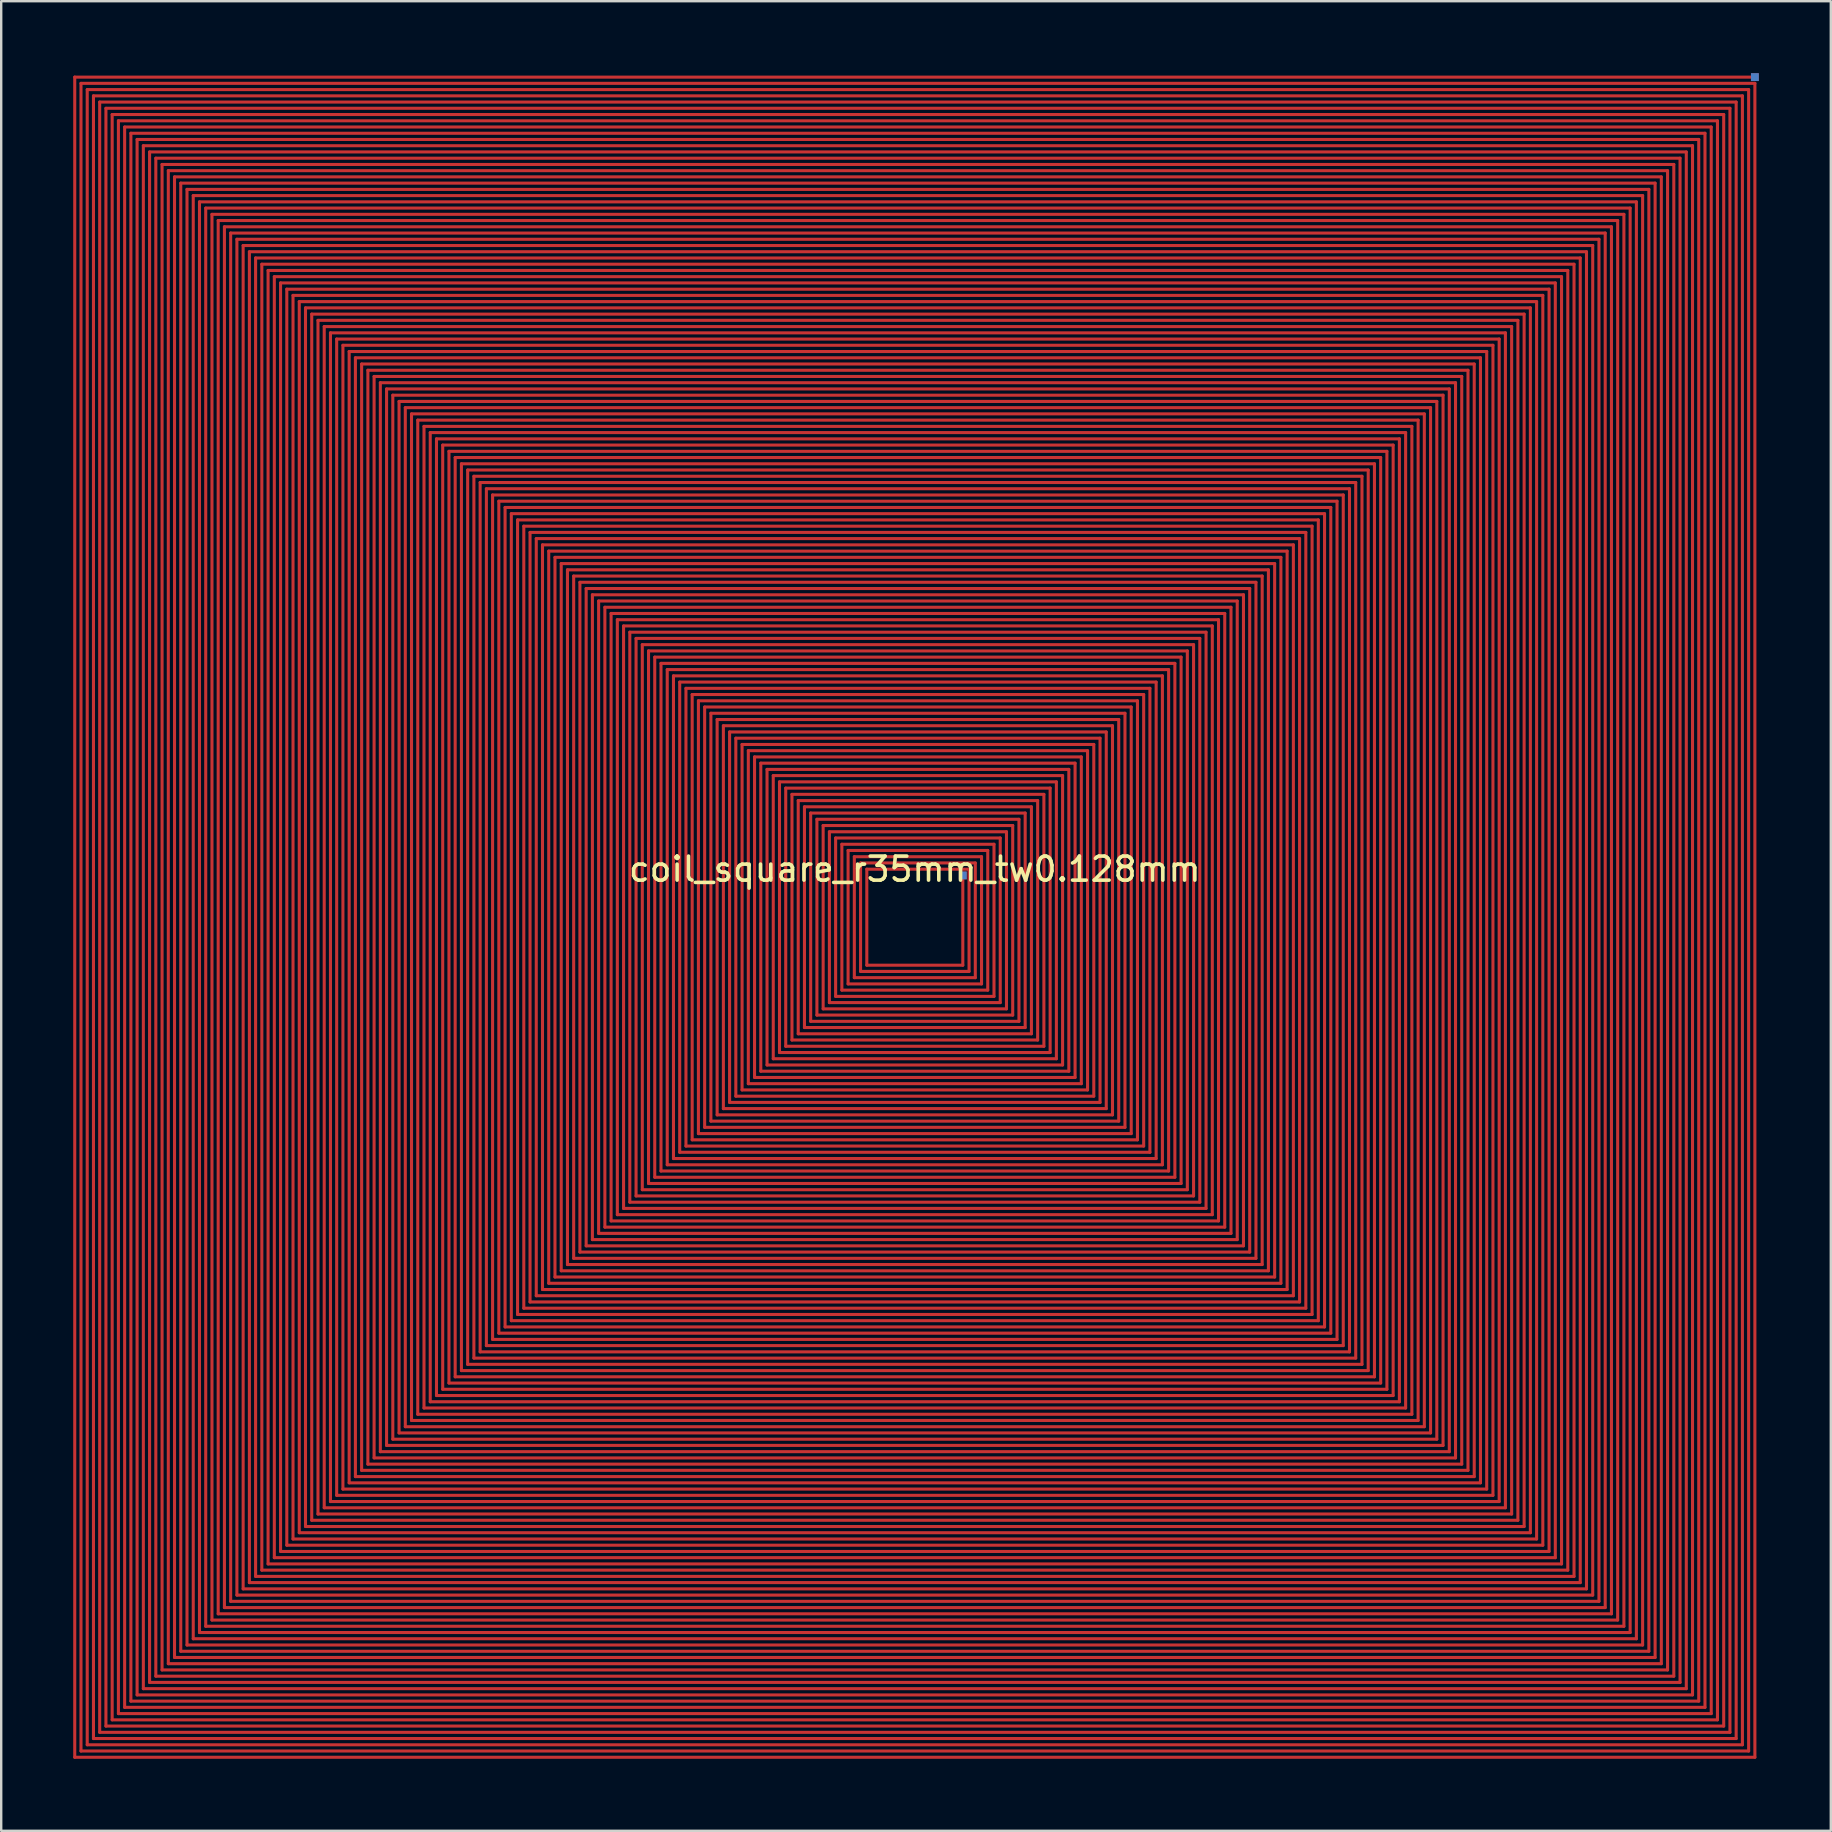
<source format=kicad_pcb>
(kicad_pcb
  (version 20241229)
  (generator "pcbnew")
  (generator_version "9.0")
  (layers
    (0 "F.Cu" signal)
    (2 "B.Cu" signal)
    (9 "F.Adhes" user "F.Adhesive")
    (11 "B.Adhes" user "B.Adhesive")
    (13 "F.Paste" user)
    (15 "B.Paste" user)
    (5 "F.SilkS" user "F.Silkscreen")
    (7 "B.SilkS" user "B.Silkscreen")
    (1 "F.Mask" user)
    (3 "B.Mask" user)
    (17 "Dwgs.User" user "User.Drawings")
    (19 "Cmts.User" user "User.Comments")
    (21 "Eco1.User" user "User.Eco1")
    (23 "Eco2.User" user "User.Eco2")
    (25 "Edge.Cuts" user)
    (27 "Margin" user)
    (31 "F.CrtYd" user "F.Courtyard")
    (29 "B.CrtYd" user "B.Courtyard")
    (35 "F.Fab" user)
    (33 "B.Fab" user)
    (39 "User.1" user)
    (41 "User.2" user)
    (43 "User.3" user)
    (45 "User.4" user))
  (footprint "coil_square_r35mm_tw0.128mm"
    (layer "F.Cu")
    (at 35.064 35.163)
    (property "Reference" "coil_square_r35mm_tw0.128mm" (at 0 -2 0) (layer "F.SilkS") (effects (font (size 1 1) (thickness 0.15))))
    (attr through_hole)
    (fp_line (start -35 -35) (end -35 35) (stroke (width 0.128) (type solid)) (layer "F.Cu"))
    (fp_line (start -35 35) (end 35 35) (stroke (width 0.128) (type solid)) (layer "F.Cu"))
    (fp_line (start -34.74 -34.74) (end -34.74 34.74) (stroke (width 0.128) (type solid)) (layer "F.Cu"))
    (fp_line (start -34.74 34.74) (end 34.74 34.74) (stroke (width 0.128) (type solid)) (layer "F.Cu"))
    (fp_line (start -34.48 -34.48) (end -34.48 34.48) (stroke (width 0.128) (type solid)) (layer "F.Cu"))
    (fp_line (start -34.48 34.48) (end 34.48 34.48) (stroke (width 0.128) (type solid)) (layer "F.Cu"))
    (fp_line (start -34.22 -34.22) (end -34.22 34.22) (stroke (width 0.128) (type solid)) (layer "F.Cu"))
    (fp_line (start -34.22 34.22) (end 34.22 34.22) (stroke (width 0.128) (type solid)) (layer "F.Cu"))
    (fp_line (start -33.961 -33.961) (end -33.961 33.961) (stroke (width 0.128) (type solid)) (layer "F.Cu"))
    (fp_line (start -33.961 33.961) (end 33.961 33.961) (stroke (width 0.128) (type solid)) (layer "F.Cu"))
    (fp_line (start -33.701 -33.701) (end -33.701 33.701) (stroke (width 0.128) (type solid)) (layer "F.Cu"))
    (fp_line (start -33.701 33.701) (end 33.701 33.701) (stroke (width 0.128) (type solid)) (layer "F.Cu"))
    (fp_line (start -33.441 -33.441) (end -33.441 33.441) (stroke (width 0.128) (type solid)) (layer "F.Cu"))
    (fp_line (start -33.441 33.441) (end 33.441 33.441) (stroke (width 0.128) (type solid)) (layer "F.Cu"))
    (fp_line (start -33.181 -33.181) (end -33.181 33.181) (stroke (width 0.128) (type solid)) (layer "F.Cu"))
    (fp_line (start -33.181 33.181) (end 33.181 33.181) (stroke (width 0.128) (type solid)) (layer "F.Cu"))
    (fp_line (start -32.921 -32.921) (end -32.921 32.921) (stroke (width 0.128) (type solid)) (layer "F.Cu"))
    (fp_line (start -32.921 32.921) (end 32.921 32.921) (stroke (width 0.128) (type solid)) (layer "F.Cu"))
    (fp_line (start -32.661 -32.661) (end -32.661 32.661) (stroke (width 0.128) (type solid)) (layer "F.Cu"))
    (fp_line (start -32.661 32.661) (end 32.661 32.661) (stroke (width 0.128) (type solid)) (layer "F.Cu"))
    (fp_line (start -32.402 -32.402) (end -32.402 32.402) (stroke (width 0.128) (type solid)) (layer "F.Cu"))
    (fp_line (start -32.402 32.402) (end 32.402 32.402) (stroke (width 0.128) (type solid)) (layer "F.Cu"))
    (fp_line (start -32.142 -32.142) (end -32.142 32.142) (stroke (width 0.128) (type solid)) (layer "F.Cu"))
    (fp_line (start -32.142 32.142) (end 32.142 32.142) (stroke (width 0.128) (type solid)) (layer "F.Cu"))
    (fp_line (start -31.882 -31.882) (end -31.882 31.882) (stroke (width 0.128) (type solid)) (layer "F.Cu"))
    (fp_line (start -31.882 31.882) (end 31.882 31.882) (stroke (width 0.128) (type solid)) (layer "F.Cu"))
    (fp_line (start -31.622 -31.622) (end -31.622 31.622) (stroke (width 0.128) (type solid)) (layer "F.Cu"))
    (fp_line (start -31.622 31.622) (end 31.622 31.622) (stroke (width 0.128) (type solid)) (layer "F.Cu"))
    (fp_line (start -31.362 -31.362) (end -31.362 31.362) (stroke (width 0.128) (type solid)) (layer "F.Cu"))
    (fp_line (start -31.362 31.362) (end 31.362 31.362) (stroke (width 0.128) (type solid)) (layer "F.Cu"))
    (fp_line (start -31.102 -31.102) (end -31.102 31.102) (stroke (width 0.128) (type solid)) (layer "F.Cu"))
    (fp_line (start -31.102 31.102) (end 31.102 31.102) (stroke (width 0.128) (type solid)) (layer "F.Cu"))
    (fp_line (start -30.843 -30.843) (end -30.843 30.843) (stroke (width 0.128) (type solid)) (layer "F.Cu"))
    (fp_line (start -30.843 30.843) (end 30.843 30.843) (stroke (width 0.128) (type solid)) (layer "F.Cu"))
    (fp_line (start -30.583 -30.583) (end -30.583 30.583) (stroke (width 0.128) (type solid)) (layer "F.Cu"))
    (fp_line (start -30.583 30.583) (end 30.583 30.583) (stroke (width 0.128) (type solid)) (layer "F.Cu"))
    (fp_line (start -30.323 -30.323) (end -30.323 30.323) (stroke (width 0.128) (type solid)) (layer "F.Cu"))
    (fp_line (start -30.323 30.323) (end 30.323 30.323) (stroke (width 0.128) (type solid)) (layer "F.Cu"))
    (fp_line (start -30.063 -30.063) (end -30.063 30.063) (stroke (width 0.128) (type solid)) (layer "F.Cu"))
    (fp_line (start -30.063 30.063) (end 30.063 30.063) (stroke (width 0.128) (type solid)) (layer "F.Cu"))
    (fp_line (start -29.803 -29.803) (end -29.803 29.803) (stroke (width 0.128) (type solid)) (layer "F.Cu"))
    (fp_line (start -29.803 29.803) (end 29.803 29.803) (stroke (width 0.128) (type solid)) (layer "F.Cu"))
    (fp_line (start -29.543 -29.543) (end -29.543 29.543) (stroke (width 0.128) (type solid)) (layer "F.Cu"))
    (fp_line (start -29.543 29.543) (end 29.543 29.543) (stroke (width 0.128) (type solid)) (layer "F.Cu"))
    (fp_line (start -29.283 -29.283) (end -29.283 29.283) (stroke (width 0.128) (type solid)) (layer "F.Cu"))
    (fp_line (start -29.283 29.283) (end 29.283 29.283) (stroke (width 0.128) (type solid)) (layer "F.Cu"))
    (fp_line (start -29.024 -29.024) (end -29.024 29.024) (stroke (width 0.128) (type solid)) (layer "F.Cu"))
    (fp_line (start -29.024 29.024) (end 29.024 29.024) (stroke (width 0.128) (type solid)) (layer "F.Cu"))
    (fp_line (start -28.764 -28.764) (end -28.764 28.764) (stroke (width 0.128) (type solid)) (layer "F.Cu"))
    (fp_line (start -28.764 28.764) (end 28.764 28.764) (stroke (width 0.128) (type solid)) (layer "F.Cu"))
    (fp_line (start -28.504 -28.504) (end -28.504 28.504) (stroke (width 0.128) (type solid)) (layer "F.Cu"))
    (fp_line (start -28.504 28.504) (end 28.504 28.504) (stroke (width 0.128) (type solid)) (layer "F.Cu"))
    (fp_line (start -28.244 -28.244) (end -28.244 28.244) (stroke (width 0.128) (type solid)) (layer "F.Cu"))
    (fp_line (start -28.244 28.244) (end 28.244 28.244) (stroke (width 0.128) (type solid)) (layer "F.Cu"))
    (fp_line (start -27.984 -27.984) (end -27.984 27.984) (stroke (width 0.128) (type solid)) (layer "F.Cu"))
    (fp_line (start -27.984 27.984) (end 27.984 27.984) (stroke (width 0.128) (type solid)) (layer "F.Cu"))
    (fp_line (start -27.724 -27.724) (end -27.724 27.724) (stroke (width 0.128) (type solid)) (layer "F.Cu"))
    (fp_line (start -27.724 27.724) (end 27.724 27.724) (stroke (width 0.128) (type solid)) (layer "F.Cu"))
    (fp_line (start -27.465 -27.465) (end -27.465 27.465) (stroke (width 0.128) (type solid)) (layer "F.Cu"))
    (fp_line (start -27.465 27.465) (end 27.465 27.465) (stroke (width 0.128) (type solid)) (layer "F.Cu"))
    (fp_line (start -27.205 -27.205) (end -27.205 27.205) (stroke (width 0.128) (type solid)) (layer "F.Cu"))
    (fp_line (start -27.205 27.205) (end 27.205 27.205) (stroke (width 0.128) (type solid)) (layer "F.Cu"))
    (fp_line (start -26.945 -26.945) (end -26.945 26.945) (stroke (width 0.128) (type solid)) (layer "F.Cu"))
    (fp_line (start -26.945 26.945) (end 26.945 26.945) (stroke (width 0.128) (type solid)) (layer "F.Cu"))
    (fp_line (start -26.685 -26.685) (end -26.685 26.685) (stroke (width 0.128) (type solid)) (layer "F.Cu"))
    (fp_line (start -26.685 26.685) (end 26.685 26.685) (stroke (width 0.128) (type solid)) (layer "F.Cu"))
    (fp_line (start -26.425 -26.425) (end -26.425 26.425) (stroke (width 0.128) (type solid)) (layer "F.Cu"))
    (fp_line (start -26.425 26.425) (end 26.425 26.425) (stroke (width 0.128) (type solid)) (layer "F.Cu"))
    (fp_line (start -26.165 -26.165) (end -26.165 26.165) (stroke (width 0.128) (type solid)) (layer "F.Cu"))
    (fp_line (start -26.165 26.165) (end 26.165 26.165) (stroke (width 0.128) (type solid)) (layer "F.Cu"))
    (fp_line (start -25.906 -25.906) (end -25.906 25.906) (stroke (width 0.128) (type solid)) (layer "F.Cu"))
    (fp_line (start -25.906 25.906) (end 25.906 25.906) (stroke (width 0.128) (type solid)) (layer "F.Cu"))
    (fp_line (start -25.646 -25.646) (end -25.646 25.646) (stroke (width 0.128) (type solid)) (layer "F.Cu"))
    (fp_line (start -25.646 25.646) (end 25.646 25.646) (stroke (width 0.128) (type solid)) (layer "F.Cu"))
    (fp_line (start -25.386 -25.386) (end -25.386 25.386) (stroke (width 0.128) (type solid)) (layer "F.Cu"))
    (fp_line (start -25.386 25.386) (end 25.386 25.386) (stroke (width 0.128) (type solid)) (layer "F.Cu"))
    (fp_line (start -25.126 -25.126) (end -25.126 25.126) (stroke (width 0.128) (type solid)) (layer "F.Cu"))
    (fp_line (start -25.126 25.126) (end 25.126 25.126) (stroke (width 0.128) (type solid)) (layer "F.Cu"))
    (fp_line (start -24.866 -24.866) (end -24.866 24.866) (stroke (width 0.128) (type solid)) (layer "F.Cu"))
    (fp_line (start -24.866 24.866) (end 24.866 24.866) (stroke (width 0.128) (type solid)) (layer "F.Cu"))
    (fp_line (start -24.606 -24.606) (end -24.606 24.606) (stroke (width 0.128) (type solid)) (layer "F.Cu"))
    (fp_line (start -24.606 24.606) (end 24.606 24.606) (stroke (width 0.128) (type solid)) (layer "F.Cu"))
    (fp_line (start -24.346 -24.346) (end -24.346 24.346) (stroke (width 0.128) (type solid)) (layer "F.Cu"))
    (fp_line (start -24.346 24.346) (end 24.346 24.346) (stroke (width 0.128) (type solid)) (layer "F.Cu"))
    (fp_line (start -24.087 -24.087) (end -24.087 24.087) (stroke (width 0.128) (type solid)) (layer "F.Cu"))
    (fp_line (start -24.087 24.087) (end 24.087 24.087) (stroke (width 0.128) (type solid)) (layer "F.Cu"))
    (fp_line (start -23.827 -23.827) (end -23.827 23.827) (stroke (width 0.128) (type solid)) (layer "F.Cu"))
    (fp_line (start -23.827 23.827) (end 23.827 23.827) (stroke (width 0.128) (type solid)) (layer "F.Cu"))
    (fp_line (start -23.567 -23.567) (end -23.567 23.567) (stroke (width 0.128) (type solid)) (layer "F.Cu"))
    (fp_line (start -23.567 23.567) (end 23.567 23.567) (stroke (width 0.128) (type solid)) (layer "F.Cu"))
    (fp_line (start -23.307 -23.307) (end -23.307 23.307) (stroke (width 0.128) (type solid)) (layer "F.Cu"))
    (fp_line (start -23.307 23.307) (end 23.307 23.307) (stroke (width 0.128) (type solid)) (layer "F.Cu"))
    (fp_line (start -23.047 -23.047) (end -23.047 23.047) (stroke (width 0.128) (type solid)) (layer "F.Cu"))
    (fp_line (start -23.047 23.047) (end 23.047 23.047) (stroke (width 0.128) (type solid)) (layer "F.Cu"))
    (fp_line (start -22.787 -22.787) (end -22.787 22.787) (stroke (width 0.128) (type solid)) (layer "F.Cu"))
    (fp_line (start -22.787 22.787) (end 22.787 22.787) (stroke (width 0.128) (type solid)) (layer "F.Cu"))
    (fp_line (start -22.528 -22.528) (end -22.528 22.528) (stroke (width 0.128) (type solid)) (layer "F.Cu"))
    (fp_line (start -22.528 22.528) (end 22.528 22.528) (stroke (width 0.128) (type solid)) (layer "F.Cu"))
    (fp_line (start -22.268 -22.268) (end -22.268 22.268) (stroke (width 0.128) (type solid)) (layer "F.Cu"))
    (fp_line (start -22.268 22.268) (end 22.268 22.268) (stroke (width 0.128) (type solid)) (layer "F.Cu"))
    (fp_line (start -22.008 -22.008) (end -22.008 22.008) (stroke (width 0.128) (type solid)) (layer "F.Cu"))
    (fp_line (start -22.008 22.008) (end 22.008 22.008) (stroke (width 0.128) (type solid)) (layer "F.Cu"))
    (fp_line (start -21.748 -21.748) (end -21.748 21.748) (stroke (width 0.128) (type solid)) (layer "F.Cu"))
    (fp_line (start -21.748 21.748) (end 21.748 21.748) (stroke (width 0.128) (type solid)) (layer "F.Cu"))
    (fp_line (start -21.488 -21.488) (end -21.488 21.488) (stroke (width 0.128) (type solid)) (layer "F.Cu"))
    (fp_line (start -21.488 21.488) (end 21.488 21.488) (stroke (width 0.128) (type solid)) (layer "F.Cu"))
    (fp_line (start -21.228 -21.228) (end -21.228 21.228) (stroke (width 0.128) (type solid)) (layer "F.Cu"))
    (fp_line (start -21.228 21.228) (end 21.228 21.228) (stroke (width 0.128) (type solid)) (layer "F.Cu"))
    (fp_line (start -20.969 -20.969) (end -20.969 20.969) (stroke (width 0.128) (type solid)) (layer "F.Cu"))
    (fp_line (start -20.969 20.969) (end 20.969 20.969) (stroke (width 0.128) (type solid)) (layer "F.Cu"))
    (fp_line (start -20.709 -20.709) (end -20.709 20.709) (stroke (width 0.128) (type solid)) (layer "F.Cu"))
    (fp_line (start -20.709 20.709) (end 20.709 20.709) (stroke (width 0.128) (type solid)) (layer "F.Cu"))
    (fp_line (start -20.449 -20.449) (end -20.449 20.449) (stroke (width 0.128) (type solid)) (layer "F.Cu"))
    (fp_line (start -20.449 20.449) (end 20.449 20.449) (stroke (width 0.128) (type solid)) (layer "F.Cu"))
    (fp_line (start -20.189 -20.189) (end -20.189 20.189) (stroke (width 0.128) (type solid)) (layer "F.Cu"))
    (fp_line (start -20.189 20.189) (end 20.189 20.189) (stroke (width 0.128) (type solid)) (layer "F.Cu"))
    (fp_line (start -19.929 -19.929) (end -19.929 19.929) (stroke (width 0.128) (type solid)) (layer "F.Cu"))
    (fp_line (start -19.929 19.929) (end 19.929 19.929) (stroke (width 0.128) (type solid)) (layer "F.Cu"))
    (fp_line (start -19.669 -19.669) (end -19.669 19.669) (stroke (width 0.128) (type solid)) (layer "F.Cu"))
    (fp_line (start -19.669 19.669) (end 19.669 19.669) (stroke (width 0.128) (type solid)) (layer "F.Cu"))
    (fp_line (start -19.409 -19.409) (end -19.409 19.409) (stroke (width 0.128) (type solid)) (layer "F.Cu"))
    (fp_line (start -19.409 19.409) (end 19.409 19.409) (stroke (width 0.128) (type solid)) (layer "F.Cu"))
    (fp_line (start -19.15 -19.15) (end -19.15 19.15) (stroke (width 0.128) (type solid)) (layer "F.Cu"))
    (fp_line (start -19.15 19.15) (end 19.15 19.15) (stroke (width 0.128) (type solid)) (layer "F.Cu"))
    (fp_line (start -18.89 -18.89) (end -18.89 18.89) (stroke (width 0.128) (type solid)) (layer "F.Cu"))
    (fp_line (start -18.89 18.89) (end 18.89 18.89) (stroke (width 0.128) (type solid)) (layer "F.Cu"))
    (fp_line (start -18.63 -18.63) (end -18.63 18.63) (stroke (width 0.128) (type solid)) (layer "F.Cu"))
    (fp_line (start -18.63 18.63) (end 18.63 18.63) (stroke (width 0.128) (type solid)) (layer "F.Cu"))
    (fp_line (start -18.37 -18.37) (end -18.37 18.37) (stroke (width 0.128) (type solid)) (layer "F.Cu"))
    (fp_line (start -18.37 18.37) (end 18.37 18.37) (stroke (width 0.128) (type solid)) (layer "F.Cu"))
    (fp_line (start -18.11 -18.11) (end -18.11 18.11) (stroke (width 0.128) (type solid)) (layer "F.Cu"))
    (fp_line (start -18.11 18.11) (end 18.11 18.11) (stroke (width 0.128) (type solid)) (layer "F.Cu"))
    (fp_line (start -17.85 -17.85) (end -17.85 17.85) (stroke (width 0.128) (type solid)) (layer "F.Cu"))
    (fp_line (start -17.85 17.85) (end 17.85 17.85) (stroke (width 0.128) (type solid)) (layer "F.Cu"))
    (fp_line (start -17.591 -17.591) (end -17.591 17.591) (stroke (width 0.128) (type solid)) (layer "F.Cu"))
    (fp_line (start -17.591 17.591) (end 17.591 17.591) (stroke (width 0.128) (type solid)) (layer "F.Cu"))
    (fp_line (start -17.331 -17.331) (end -17.331 17.331) (stroke (width 0.128) (type solid)) (layer "F.Cu"))
    (fp_line (start -17.331 17.331) (end 17.331 17.331) (stroke (width 0.128) (type solid)) (layer "F.Cu"))
    (fp_line (start -17.071 -17.071) (end -17.071 17.071) (stroke (width 0.128) (type solid)) (layer "F.Cu"))
    (fp_line (start -17.071 17.071) (end 17.071 17.071) (stroke (width 0.128) (type solid)) (layer "F.Cu"))
    (fp_line (start -16.811 -16.811) (end -16.811 16.811) (stroke (width 0.128) (type solid)) (layer "F.Cu"))
    (fp_line (start -16.811 16.811) (end 16.811 16.811) (stroke (width 0.128) (type solid)) (layer "F.Cu"))
    (fp_line (start -16.551 -16.551) (end -16.551 16.551) (stroke (width 0.128) (type solid)) (layer "F.Cu"))
    (fp_line (start -16.551 16.551) (end 16.551 16.551) (stroke (width 0.128) (type solid)) (layer "F.Cu"))
    (fp_line (start -16.291 -16.291) (end -16.291 16.291) (stroke (width 0.128) (type solid)) (layer "F.Cu"))
    (fp_line (start -16.291 16.291) (end 16.291 16.291) (stroke (width 0.128) (type solid)) (layer "F.Cu"))
    (fp_line (start -16.031 -16.031) (end -16.031 16.031) (stroke (width 0.128) (type solid)) (layer "F.Cu"))
    (fp_line (start -16.031 16.031) (end 16.031 16.031) (stroke (width 0.128) (type solid)) (layer "F.Cu"))
    (fp_line (start -15.772 -15.772) (end -15.772 15.772) (stroke (width 0.128) (type solid)) (layer "F.Cu"))
    (fp_line (start -15.772 15.772) (end 15.772 15.772) (stroke (width 0.128) (type solid)) (layer "F.Cu"))
    (fp_line (start -15.512 -15.512) (end -15.512 15.512) (stroke (width 0.128) (type solid)) (layer "F.Cu"))
    (fp_line (start -15.512 15.512) (end 15.512 15.512) (stroke (width 0.128) (type solid)) (layer "F.Cu"))
    (fp_line (start -15.252 -15.252) (end -15.252 15.252) (stroke (width 0.128) (type solid)) (layer "F.Cu"))
    (fp_line (start -15.252 15.252) (end 15.252 15.252) (stroke (width 0.128) (type solid)) (layer "F.Cu"))
    (fp_line (start -14.992 -14.992) (end -14.992 14.992) (stroke (width 0.128) (type solid)) (layer "F.Cu"))
    (fp_line (start -14.992 14.992) (end 14.992 14.992) (stroke (width 0.128) (type solid)) (layer "F.Cu"))
    (fp_line (start -14.732 -14.732) (end -14.732 14.732) (stroke (width 0.128) (type solid)) (layer "F.Cu"))
    (fp_line (start -14.732 14.732) (end 14.732 14.732) (stroke (width 0.128) (type solid)) (layer "F.Cu"))
    (fp_line (start -14.472 -14.472) (end -14.472 14.472) (stroke (width 0.128) (type solid)) (layer "F.Cu"))
    (fp_line (start -14.472 14.472) (end 14.472 14.472) (stroke (width 0.128) (type solid)) (layer "F.Cu"))
    (fp_line (start -14.213 -14.213) (end -14.213 14.213) (stroke (width 0.128) (type solid)) (layer "F.Cu"))
    (fp_line (start -14.213 14.213) (end 14.213 14.213) (stroke (width 0.128) (type solid)) (layer "F.Cu"))
    (fp_line (start -13.953 -13.953) (end -13.953 13.953) (stroke (width 0.128) (type solid)) (layer "F.Cu"))
    (fp_line (start -13.953 13.953) (end 13.953 13.953) (stroke (width 0.128) (type solid)) (layer "F.Cu"))
    (fp_line (start -13.693 -13.693) (end -13.693 13.693) (stroke (width 0.128) (type solid)) (layer "F.Cu"))
    (fp_line (start -13.693 13.693) (end 13.693 13.693) (stroke (width 0.128) (type solid)) (layer "F.Cu"))
    (fp_line (start -13.433 -13.433) (end -13.433 13.433) (stroke (width 0.128) (type solid)) (layer "F.Cu"))
    (fp_line (start -13.433 13.433) (end 13.433 13.433) (stroke (width 0.128) (type solid)) (layer "F.Cu"))
    (fp_line (start -13.173 -13.173) (end -13.173 13.173) (stroke (width 0.128) (type solid)) (layer "F.Cu"))
    (fp_line (start -13.173 13.173) (end 13.173 13.173) (stroke (width 0.128) (type solid)) (layer "F.Cu"))
    (fp_line (start -12.913 -12.913) (end -12.913 12.913) (stroke (width 0.128) (type solid)) (layer "F.Cu"))
    (fp_line (start -12.913 12.913) (end 12.913 12.913) (stroke (width 0.128) (type solid)) (layer "F.Cu"))
    (fp_line (start -12.654 -12.654) (end -12.654 12.654) (stroke (width 0.128) (type solid)) (layer "F.Cu"))
    (fp_line (start -12.654 12.654) (end 12.654 12.654) (stroke (width 0.128) (type solid)) (layer "F.Cu"))
    (fp_line (start -12.394 -12.394) (end -12.394 12.394) (stroke (width 0.128) (type solid)) (layer "F.Cu"))
    (fp_line (start -12.394 12.394) (end 12.394 12.394) (stroke (width 0.128) (type solid)) (layer "F.Cu"))
    (fp_line (start -12.134 -12.134) (end -12.134 12.134) (stroke (width 0.128) (type solid)) (layer "F.Cu"))
    (fp_line (start -12.134 12.134) (end 12.134 12.134) (stroke (width 0.128) (type solid)) (layer "F.Cu"))
    (fp_line (start -11.874 -11.874) (end -11.874 11.874) (stroke (width 0.128) (type solid)) (layer "F.Cu"))
    (fp_line (start -11.874 11.874) (end 11.874 11.874) (stroke (width 0.128) (type solid)) (layer "F.Cu"))
    (fp_line (start -11.614 -11.614) (end -11.614 11.614) (stroke (width 0.128) (type solid)) (layer "F.Cu"))
    (fp_line (start -11.614 11.614) (end 11.614 11.614) (stroke (width 0.128) (type solid)) (layer "F.Cu"))
    (fp_line (start -11.354 -11.354) (end -11.354 11.354) (stroke (width 0.128) (type solid)) (layer "F.Cu"))
    (fp_line (start -11.354 11.354) (end 11.354 11.354) (stroke (width 0.128) (type solid)) (layer "F.Cu"))
    (fp_line (start -11.094 -11.094) (end -11.094 11.094) (stroke (width 0.128) (type solid)) (layer "F.Cu"))
    (fp_line (start -11.094 11.094) (end 11.094 11.094) (stroke (width 0.128) (type solid)) (layer "F.Cu"))
    (fp_line (start -10.835 -10.835) (end -10.835 10.835) (stroke (width 0.128) (type solid)) (layer "F.Cu"))
    (fp_line (start -10.835 10.835) (end 10.835 10.835) (stroke (width 0.128) (type solid)) (layer "F.Cu"))
    (fp_line (start -10.575 -10.575) (end -10.575 10.575) (stroke (width 0.128) (type solid)) (layer "F.Cu"))
    (fp_line (start -10.575 10.575) (end 10.575 10.575) (stroke (width 0.128) (type solid)) (layer "F.Cu"))
    (fp_line (start -10.315 -10.315) (end -10.315 10.315) (stroke (width 0.128) (type solid)) (layer "F.Cu"))
    (fp_line (start -10.315 10.315) (end 10.315 10.315) (stroke (width 0.128) (type solid)) (layer "F.Cu"))
    (fp_line (start -10.055 -10.055) (end -10.055 10.055) (stroke (width 0.128) (type solid)) (layer "F.Cu"))
    (fp_line (start -10.055 10.055) (end 10.055 10.055) (stroke (width 0.128) (type solid)) (layer "F.Cu"))
    (fp_line (start -9.795 -9.795) (end -9.795 9.795) (stroke (width 0.128) (type solid)) (layer "F.Cu"))
    (fp_line (start -9.795 9.795) (end 9.795 9.795) (stroke (width 0.128) (type solid)) (layer "F.Cu"))
    (fp_line (start -9.535 -9.535) (end -9.535 9.535) (stroke (width 0.128) (type solid)) (layer "F.Cu"))
    (fp_line (start -9.535 9.535) (end 9.535 9.535) (stroke (width 0.128) (type solid)) (layer "F.Cu"))
    (fp_line (start -9.276 -9.276) (end -9.276 9.276) (stroke (width 0.128) (type solid)) (layer "F.Cu"))
    (fp_line (start -9.276 9.276) (end 9.276 9.276) (stroke (width 0.128) (type solid)) (layer "F.Cu"))
    (fp_line (start -9.016 -9.016) (end -9.016 9.016) (stroke (width 0.128) (type solid)) (layer "F.Cu"))
    (fp_line (start -9.016 9.016) (end 9.016 9.016) (stroke (width 0.128) (type solid)) (layer "F.Cu"))
    (fp_line (start -8.756 -8.756) (end -8.756 8.756) (stroke (width 0.128) (type solid)) (layer "F.Cu"))
    (fp_line (start -8.756 8.756) (end 8.756 8.756) (stroke (width 0.128) (type solid)) (layer "F.Cu"))
    (fp_line (start -8.496 -8.496) (end -8.496 8.496) (stroke (width 0.128) (type solid)) (layer "F.Cu"))
    (fp_line (start -8.496 8.496) (end 8.496 8.496) (stroke (width 0.128) (type solid)) (layer "F.Cu"))
    (fp_line (start -8.236 -8.236) (end -8.236 8.236) (stroke (width 0.128) (type solid)) (layer "F.Cu"))
    (fp_line (start -8.236 8.236) (end 8.236 8.236) (stroke (width 0.128) (type solid)) (layer "F.Cu"))
    (fp_line (start -7.976 -7.976) (end -7.976 7.976) (stroke (width 0.128) (type solid)) (layer "F.Cu"))
    (fp_line (start -7.976 7.976) (end 7.976 7.976) (stroke (width 0.128) (type solid)) (layer "F.Cu"))
    (fp_line (start -7.717 -7.717) (end -7.717 7.717) (stroke (width 0.128) (type solid)) (layer "F.Cu"))
    (fp_line (start -7.717 7.717) (end 7.717 7.717) (stroke (width 0.128) (type solid)) (layer "F.Cu"))
    (fp_line (start -7.457 -7.457) (end -7.457 7.457) (stroke (width 0.128) (type solid)) (layer "F.Cu"))
    (fp_line (start -7.457 7.457) (end 7.457 7.457) (stroke (width 0.128) (type solid)) (layer "F.Cu"))
    (fp_line (start -7.197 -7.197) (end -7.197 7.197) (stroke (width 0.128) (type solid)) (layer "F.Cu"))
    (fp_line (start -7.197 7.197) (end 7.197 7.197) (stroke (width 0.128) (type solid)) (layer "F.Cu"))
    (fp_line (start -6.937 -6.937) (end -6.937 6.937) (stroke (width 0.128) (type solid)) (layer "F.Cu"))
    (fp_line (start -6.937 6.937) (end 6.937 6.937) (stroke (width 0.128) (type solid)) (layer "F.Cu"))
    (fp_line (start -6.677 -6.677) (end -6.677 6.677) (stroke (width 0.128) (type solid)) (layer "F.Cu"))
    (fp_line (start -6.677 6.677) (end 6.677 6.677) (stroke (width 0.128) (type solid)) (layer "F.Cu"))
    (fp_line (start -6.417 -6.417) (end -6.417 6.417) (stroke (width 0.128) (type solid)) (layer "F.Cu"))
    (fp_line (start -6.417 6.417) (end 6.417 6.417) (stroke (width 0.128) (type solid)) (layer "F.Cu"))
    (fp_line (start -6.157 -6.157) (end -6.157 6.157) (stroke (width 0.128) (type solid)) (layer "F.Cu"))
    (fp_line (start -6.157 6.157) (end 6.157 6.157) (stroke (width 0.128) (type solid)) (layer "F.Cu"))
    (fp_line (start -5.898 -5.898) (end -5.898 5.898) (stroke (width 0.128) (type solid)) (layer "F.Cu"))
    (fp_line (start -5.898 5.898) (end 5.898 5.898) (stroke (width 0.128) (type solid)) (layer "F.Cu"))
    (fp_line (start -5.638 -5.638) (end -5.638 5.638) (stroke (width 0.128) (type solid)) (layer "F.Cu"))
    (fp_line (start -5.638 5.638) (end 5.638 5.638) (stroke (width 0.128) (type solid)) (layer "F.Cu"))
    (fp_line (start -5.378 -5.378) (end -5.378 5.378) (stroke (width 0.128) (type solid)) (layer "F.Cu"))
    (fp_line (start -5.378 5.378) (end 5.378 5.378) (stroke (width 0.128) (type solid)) (layer "F.Cu"))
    (fp_line (start -5.118 -5.118) (end -5.118 5.118) (stroke (width 0.128) (type solid)) (layer "F.Cu"))
    (fp_line (start -5.118 5.118) (end 5.118 5.118) (stroke (width 0.128) (type solid)) (layer "F.Cu"))
    (fp_line (start -4.858 -4.858) (end -4.858 4.858) (stroke (width 0.128) (type solid)) (layer "F.Cu"))
    (fp_line (start -4.858 4.858) (end 4.858 4.858) (stroke (width 0.128) (type solid)) (layer "F.Cu"))
    (fp_line (start -4.598 -4.598) (end -4.598 4.598) (stroke (width 0.128) (type solid)) (layer "F.Cu"))
    (fp_line (start -4.598 4.598) (end 4.598 4.598) (stroke (width 0.128) (type solid)) (layer "F.Cu"))
    (fp_line (start -4.339 -4.339) (end -4.339 4.339) (stroke (width 0.128) (type solid)) (layer "F.Cu"))
    (fp_line (start -4.339 4.339) (end 4.339 4.339) (stroke (width 0.128) (type solid)) (layer "F.Cu"))
    (fp_line (start -4.079 -4.079) (end -4.079 4.079) (stroke (width 0.128) (type solid)) (layer "F.Cu"))
    (fp_line (start -4.079 4.079) (end 4.079 4.079) (stroke (width 0.128) (type solid)) (layer "F.Cu"))
    (fp_line (start -3.819 -3.819) (end -3.819 3.819) (stroke (width 0.128) (type solid)) (layer "F.Cu"))
    (fp_line (start -3.819 3.819) (end 3.819 3.819) (stroke (width 0.128) (type solid)) (layer "F.Cu"))
    (fp_line (start -3.559 -3.559) (end -3.559 3.559) (stroke (width 0.128) (type solid)) (layer "F.Cu"))
    (fp_line (start -3.559 3.559) (end 3.559 3.559) (stroke (width 0.128) (type solid)) (layer "F.Cu"))
    (fp_line (start -3.299 -3.299) (end -3.299 3.299) (stroke (width 0.128) (type solid)) (layer "F.Cu"))
    (fp_line (start -3.299 3.299) (end 3.299 3.299) (stroke (width 0.128) (type solid)) (layer "F.Cu"))
    (fp_line (start -3.039 -3.039) (end -3.039 3.039) (stroke (width 0.128) (type solid)) (layer "F.Cu"))
    (fp_line (start -3.039 3.039) (end 3.039 3.039) (stroke (width 0.128) (type solid)) (layer "F.Cu"))
    (fp_line (start -2.78 -2.78) (end -2.78 2.78) (stroke (width 0.128) (type solid)) (layer "F.Cu"))
    (fp_line (start -2.78 2.78) (end 2.78 2.78) (stroke (width 0.128) (type solid)) (layer "F.Cu"))
    (fp_line (start -2.52 -2.52) (end -2.52 2.52) (stroke (width 0.128) (type solid)) (layer "F.Cu"))
    (fp_line (start -2.52 2.52) (end 2.52 2.52) (stroke (width 0.128) (type solid)) (layer "F.Cu"))
    (fp_line (start -2.26 -2.26) (end -2.26 2.26) (stroke (width 0.128) (type solid)) (layer "F.Cu"))
    (fp_line (start -2.26 2.26) (end 2.26 2.26) (stroke (width 0.128) (type solid)) (layer "F.Cu"))
    (fp_line (start -2 -2) (end -2 2) (stroke (width 0.128) (type solid)) (layer "F.Cu"))
    (fp_line (start -2 2) (end 2 2) (stroke (width 0.128) (type solid)) (layer "F.Cu"))
    (fp_line (start 2 2) (end 2 -1.74) (stroke (width 0.128) (type solid)) (layer "F.Cu"))
    (fp_line (start 2.26 -2) (end -2 -2) (stroke (width 0.128) (type solid)) (layer "F.Cu"))
    (fp_line (start 2.26 2.26) (end 2.26 -2) (stroke (width 0.128) (type solid)) (layer "F.Cu"))
    (fp_line (start 2.52 -2.26) (end -2.26 -2.26) (stroke (width 0.128) (type solid)) (layer "F.Cu"))
    (fp_line (start 2.52 2.52) (end 2.52 -2.26) (stroke (width 0.128) (type solid)) (layer "F.Cu"))
    (fp_line (start 2.78 -2.52) (end -2.52 -2.52) (stroke (width 0.128) (type solid)) (layer "F.Cu"))
    (fp_line (start 2.78 2.78) (end 2.78 -2.52) (stroke (width 0.128) (type solid)) (layer "F.Cu"))
    (fp_line (start 3.039 -2.78) (end -2.78 -2.78) (stroke (width 0.128) (type solid)) (layer "F.Cu"))
    (fp_line (start 3.039 3.039) (end 3.039 -2.78) (stroke (width 0.128) (type solid)) (layer "F.Cu"))
    (fp_line (start 3.299 -3.039) (end -3.039 -3.039) (stroke (width 0.128) (type solid)) (layer "F.Cu"))
    (fp_line (start 3.299 3.299) (end 3.299 -3.039) (stroke (width 0.128) (type solid)) (layer "F.Cu"))
    (fp_line (start 3.559 -3.299) (end -3.299 -3.299) (stroke (width 0.128) (type solid)) (layer "F.Cu"))
    (fp_line (start 3.559 3.559) (end 3.559 -3.299) (stroke (width 0.128) (type solid)) (layer "F.Cu"))
    (fp_line (start 3.819 -3.559) (end -3.559 -3.559) (stroke (width 0.128) (type solid)) (layer "F.Cu"))
    (fp_line (start 3.819 3.819) (end 3.819 -3.559) (stroke (width 0.128) (type solid)) (layer "F.Cu"))
    (fp_line (start 4.079 -3.819) (end -3.819 -3.819) (stroke (width 0.128) (type solid)) (layer "F.Cu"))
    (fp_line (start 4.079 4.079) (end 4.079 -3.819) (stroke (width 0.128) (type solid)) (layer "F.Cu"))
    (fp_line (start 4.339 -4.079) (end -4.079 -4.079) (stroke (width 0.128) (type solid)) (layer "F.Cu"))
    (fp_line (start 4.339 4.339) (end 4.339 -4.079) (stroke (width 0.128) (type solid)) (layer "F.Cu"))
    (fp_line (start 4.598 -4.339) (end -4.339 -4.339) (stroke (width 0.128) (type solid)) (layer "F.Cu"))
    (fp_line (start 4.598 4.598) (end 4.598 -4.339) (stroke (width 0.128) (type solid)) (layer "F.Cu"))
    (fp_line (start 4.858 -4.598) (end -4.598 -4.598) (stroke (width 0.128) (type solid)) (layer "F.Cu"))
    (fp_line (start 4.858 4.858) (end 4.858 -4.598) (stroke (width 0.128) (type solid)) (layer "F.Cu"))
    (fp_line (start 5.118 -4.858) (end -4.858 -4.858) (stroke (width 0.128) (type solid)) (layer "F.Cu"))
    (fp_line (start 5.118 5.118) (end 5.118 -4.858) (stroke (width 0.128) (type solid)) (layer "F.Cu"))
    (fp_line (start 5.378 -5.118) (end -5.118 -5.118) (stroke (width 0.128) (type solid)) (layer "F.Cu"))
    (fp_line (start 5.378 5.378) (end 5.378 -5.118) (stroke (width 0.128) (type solid)) (layer "F.Cu"))
    (fp_line (start 5.638 -5.378) (end -5.378 -5.378) (stroke (width 0.128) (type solid)) (layer "F.Cu"))
    (fp_line (start 5.638 5.638) (end 5.638 -5.378) (stroke (width 0.128) (type solid)) (layer "F.Cu"))
    (fp_line (start 5.898 -5.638) (end -5.638 -5.638) (stroke (width 0.128) (type solid)) (layer "F.Cu"))
    (fp_line (start 5.898 5.898) (end 5.898 -5.638) (stroke (width 0.128) (type solid)) (layer "F.Cu"))
    (fp_line (start 6.157 -5.898) (end -5.898 -5.898) (stroke (width 0.128) (type solid)) (layer "F.Cu"))
    (fp_line (start 6.157 6.157) (end 6.157 -5.898) (stroke (width 0.128) (type solid)) (layer "F.Cu"))
    (fp_line (start 6.417 -6.157) (end -6.157 -6.157) (stroke (width 0.128) (type solid)) (layer "F.Cu"))
    (fp_line (start 6.417 6.417) (end 6.417 -6.157) (stroke (width 0.128) (type solid)) (layer "F.Cu"))
    (fp_line (start 6.677 -6.417) (end -6.417 -6.417) (stroke (width 0.128) (type solid)) (layer "F.Cu"))
    (fp_line (start 6.677 6.677) (end 6.677 -6.417) (stroke (width 0.128) (type solid)) (layer "F.Cu"))
    (fp_line (start 6.937 -6.677) (end -6.677 -6.677) (stroke (width 0.128) (type solid)) (layer "F.Cu"))
    (fp_line (start 6.937 6.937) (end 6.937 -6.677) (stroke (width 0.128) (type solid)) (layer "F.Cu"))
    (fp_line (start 7.197 -6.937) (end -6.937 -6.937) (stroke (width 0.128) (type solid)) (layer "F.Cu"))
    (fp_line (start 7.197 7.197) (end 7.197 -6.937) (stroke (width 0.128) (type solid)) (layer "F.Cu"))
    (fp_line (start 7.457 -7.197) (end -7.197 -7.197) (stroke (width 0.128) (type solid)) (layer "F.Cu"))
    (fp_line (start 7.457 7.457) (end 7.457 -7.197) (stroke (width 0.128) (type solid)) (layer "F.Cu"))
    (fp_line (start 7.717 -7.457) (end -7.457 -7.457) (stroke (width 0.128) (type solid)) (layer "F.Cu"))
    (fp_line (start 7.717 7.717) (end 7.717 -7.457) (stroke (width 0.128) (type solid)) (layer "F.Cu"))
    (fp_line (start 7.976 -7.717) (end -7.717 -7.717) (stroke (width 0.128) (type solid)) (layer "F.Cu"))
    (fp_line (start 7.976 7.976) (end 7.976 -7.717) (stroke (width 0.128) (type solid)) (layer "F.Cu"))
    (fp_line (start 8.236 -7.976) (end -7.976 -7.976) (stroke (width 0.128) (type solid)) (layer "F.Cu"))
    (fp_line (start 8.236 8.236) (end 8.236 -7.976) (stroke (width 0.128) (type solid)) (layer "F.Cu"))
    (fp_line (start 8.496 -8.236) (end -8.236 -8.236) (stroke (width 0.128) (type solid)) (layer "F.Cu"))
    (fp_line (start 8.496 8.496) (end 8.496 -8.236) (stroke (width 0.128) (type solid)) (layer "F.Cu"))
    (fp_line (start 8.756 -8.496) (end -8.496 -8.496) (stroke (width 0.128) (type solid)) (layer "F.Cu"))
    (fp_line (start 8.756 8.756) (end 8.756 -8.496) (stroke (width 0.128) (type solid)) (layer "F.Cu"))
    (fp_line (start 9.016 -8.756) (end -8.756 -8.756) (stroke (width 0.128) (type solid)) (layer "F.Cu"))
    (fp_line (start 9.016 9.016) (end 9.016 -8.756) (stroke (width 0.128) (type solid)) (layer "F.Cu"))
    (fp_line (start 9.276 -9.016) (end -9.016 -9.016) (stroke (width 0.128) (type solid)) (layer "F.Cu"))
    (fp_line (start 9.276 9.276) (end 9.276 -9.016) (stroke (width 0.128) (type solid)) (layer "F.Cu"))
    (fp_line (start 9.535 -9.276) (end -9.276 -9.276) (stroke (width 0.128) (type solid)) (layer "F.Cu"))
    (fp_line (start 9.535 9.535) (end 9.535 -9.276) (stroke (width 0.128) (type solid)) (layer "F.Cu"))
    (fp_line (start 9.795 -9.535) (end -9.535 -9.535) (stroke (width 0.128) (type solid)) (layer "F.Cu"))
    (fp_line (start 9.795 9.795) (end 9.795 -9.535) (stroke (width 0.128) (type solid)) (layer "F.Cu"))
    (fp_line (start 10.055 -9.795) (end -9.795 -9.795) (stroke (width 0.128) (type solid)) (layer "F.Cu"))
    (fp_line (start 10.055 10.055) (end 10.055 -9.795) (stroke (width 0.128) (type solid)) (layer "F.Cu"))
    (fp_line (start 10.315 -10.055) (end -10.055 -10.055) (stroke (width 0.128) (type solid)) (layer "F.Cu"))
    (fp_line (start 10.315 10.315) (end 10.315 -10.055) (stroke (width 0.128) (type solid)) (layer "F.Cu"))
    (fp_line (start 10.575 -10.315) (end -10.315 -10.315) (stroke (width 0.128) (type solid)) (layer "F.Cu"))
    (fp_line (start 10.575 10.575) (end 10.575 -10.315) (stroke (width 0.128) (type solid)) (layer "F.Cu"))
    (fp_line (start 10.835 -10.575) (end -10.575 -10.575) (stroke (width 0.128) (type solid)) (layer "F.Cu"))
    (fp_line (start 10.835 10.835) (end 10.835 -10.575) (stroke (width 0.128) (type solid)) (layer "F.Cu"))
    (fp_line (start 11.094 -10.835) (end -10.835 -10.835) (stroke (width 0.128) (type solid)) (layer "F.Cu"))
    (fp_line (start 11.094 11.094) (end 11.094 -10.835) (stroke (width 0.128) (type solid)) (layer "F.Cu"))
    (fp_line (start 11.354 -11.094) (end -11.094 -11.094) (stroke (width 0.128) (type solid)) (layer "F.Cu"))
    (fp_line (start 11.354 11.354) (end 11.354 -11.094) (stroke (width 0.128) (type solid)) (layer "F.Cu"))
    (fp_line (start 11.614 -11.354) (end -11.354 -11.354) (stroke (width 0.128) (type solid)) (layer "F.Cu"))
    (fp_line (start 11.614 11.614) (end 11.614 -11.354) (stroke (width 0.128) (type solid)) (layer "F.Cu"))
    (fp_line (start 11.874 -11.614) (end -11.614 -11.614) (stroke (width 0.128) (type solid)) (layer "F.Cu"))
    (fp_line (start 11.874 11.874) (end 11.874 -11.614) (stroke (width 0.128) (type solid)) (layer "F.Cu"))
    (fp_line (start 12.134 -11.874) (end -11.874 -11.874) (stroke (width 0.128) (type solid)) (layer "F.Cu"))
    (fp_line (start 12.134 12.134) (end 12.134 -11.874) (stroke (width 0.128) (type solid)) (layer "F.Cu"))
    (fp_line (start 12.394 -12.134) (end -12.134 -12.134) (stroke (width 0.128) (type solid)) (layer "F.Cu"))
    (fp_line (start 12.394 12.394) (end 12.394 -12.134) (stroke (width 0.128) (type solid)) (layer "F.Cu"))
    (fp_line (start 12.654 -12.394) (end -12.394 -12.394) (stroke (width 0.128) (type solid)) (layer "F.Cu"))
    (fp_line (start 12.654 12.654) (end 12.654 -12.394) (stroke (width 0.128) (type solid)) (layer "F.Cu"))
    (fp_line (start 12.913 -12.654) (end -12.654 -12.654) (stroke (width 0.128) (type solid)) (layer "F.Cu"))
    (fp_line (start 12.913 12.913) (end 12.913 -12.654) (stroke (width 0.128) (type solid)) (layer "F.Cu"))
    (fp_line (start 13.173 -12.913) (end -12.913 -12.913) (stroke (width 0.128) (type solid)) (layer "F.Cu"))
    (fp_line (start 13.173 13.173) (end 13.173 -12.913) (stroke (width 0.128) (type solid)) (layer "F.Cu"))
    (fp_line (start 13.433 -13.173) (end -13.173 -13.173) (stroke (width 0.128) (type solid)) (layer "F.Cu"))
    (fp_line (start 13.433 13.433) (end 13.433 -13.173) (stroke (width 0.128) (type solid)) (layer "F.Cu"))
    (fp_line (start 13.693 -13.433) (end -13.433 -13.433) (stroke (width 0.128) (type solid)) (layer "F.Cu"))
    (fp_line (start 13.693 13.693) (end 13.693 -13.433) (stroke (width 0.128) (type solid)) (layer "F.Cu"))
    (fp_line (start 13.953 -13.693) (end -13.693 -13.693) (stroke (width 0.128) (type solid)) (layer "F.Cu"))
    (fp_line (start 13.953 13.953) (end 13.953 -13.693) (stroke (width 0.128) (type solid)) (layer "F.Cu"))
    (fp_line (start 14.213 -13.953) (end -13.953 -13.953) (stroke (width 0.128) (type solid)) (layer "F.Cu"))
    (fp_line (start 14.213 14.213) (end 14.213 -13.953) (stroke (width 0.128) (type solid)) (layer "F.Cu"))
    (fp_line (start 14.472 -14.213) (end -14.213 -14.213) (stroke (width 0.128) (type solid)) (layer "F.Cu"))
    (fp_line (start 14.472 14.472) (end 14.472 -14.213) (stroke (width 0.128) (type solid)) (layer "F.Cu"))
    (fp_line (start 14.732 -14.472) (end -14.472 -14.472) (stroke (width 0.128) (type solid)) (layer "F.Cu"))
    (fp_line (start 14.732 14.732) (end 14.732 -14.472) (stroke (width 0.128) (type solid)) (layer "F.Cu"))
    (fp_line (start 14.992 -14.732) (end -14.732 -14.732) (stroke (width 0.128) (type solid)) (layer "F.Cu"))
    (fp_line (start 14.992 14.992) (end 14.992 -14.732) (stroke (width 0.128) (type solid)) (layer "F.Cu"))
    (fp_line (start 15.252 -14.992) (end -14.992 -14.992) (stroke (width 0.128) (type solid)) (layer "F.Cu"))
    (fp_line (start 15.252 15.252) (end 15.252 -14.992) (stroke (width 0.128) (type solid)) (layer "F.Cu"))
    (fp_line (start 15.512 -15.252) (end -15.252 -15.252) (stroke (width 0.128) (type solid)) (layer "F.Cu"))
    (fp_line (start 15.512 15.512) (end 15.512 -15.252) (stroke (width 0.128) (type solid)) (layer "F.Cu"))
    (fp_line (start 15.772 -15.512) (end -15.512 -15.512) (stroke (width 0.128) (type solid)) (layer "F.Cu"))
    (fp_line (start 15.772 15.772) (end 15.772 -15.512) (stroke (width 0.128) (type solid)) (layer "F.Cu"))
    (fp_line (start 16.031 -15.772) (end -15.772 -15.772) (stroke (width 0.128) (type solid)) (layer "F.Cu"))
    (fp_line (start 16.031 16.031) (end 16.031 -15.772) (stroke (width 0.128) (type solid)) (layer "F.Cu"))
    (fp_line (start 16.291 -16.031) (end -16.031 -16.031) (stroke (width 0.128) (type solid)) (layer "F.Cu"))
    (fp_line (start 16.291 16.291) (end 16.291 -16.031) (stroke (width 0.128) (type solid)) (layer "F.Cu"))
    (fp_line (start 16.551 -16.291) (end -16.291 -16.291) (stroke (width 0.128) (type solid)) (layer "F.Cu"))
    (fp_line (start 16.551 16.551) (end 16.551 -16.291) (stroke (width 0.128) (type solid)) (layer "F.Cu"))
    (fp_line (start 16.811 -16.551) (end -16.551 -16.551) (stroke (width 0.128) (type solid)) (layer "F.Cu"))
    (fp_line (start 16.811 16.811) (end 16.811 -16.551) (stroke (width 0.128) (type solid)) (layer "F.Cu"))
    (fp_line (start 17.071 -16.811) (end -16.811 -16.811) (stroke (width 0.128) (type solid)) (layer "F.Cu"))
    (fp_line (start 17.071 17.071) (end 17.071 -16.811) (stroke (width 0.128) (type solid)) (layer "F.Cu"))
    (fp_line (start 17.331 -17.071) (end -17.071 -17.071) (stroke (width 0.128) (type solid)) (layer "F.Cu"))
    (fp_line (start 17.331 17.331) (end 17.331 -17.071) (stroke (width 0.128) (type solid)) (layer "F.Cu"))
    (fp_line (start 17.591 -17.331) (end -17.331 -17.331) (stroke (width 0.128) (type solid)) (layer "F.Cu"))
    (fp_line (start 17.591 17.591) (end 17.591 -17.331) (stroke (width 0.128) (type solid)) (layer "F.Cu"))
    (fp_line (start 17.85 -17.591) (end -17.591 -17.591) (stroke (width 0.128) (type solid)) (layer "F.Cu"))
    (fp_line (start 17.85 17.85) (end 17.85 -17.591) (stroke (width 0.128) (type solid)) (layer "F.Cu"))
    (fp_line (start 18.11 -17.85) (end -17.85 -17.85) (stroke (width 0.128) (type solid)) (layer "F.Cu"))
    (fp_line (start 18.11 18.11) (end 18.11 -17.85) (stroke (width 0.128) (type solid)) (layer "F.Cu"))
    (fp_line (start 18.37 -18.11) (end -18.11 -18.11) (stroke (width 0.128) (type solid)) (layer "F.Cu"))
    (fp_line (start 18.37 18.37) (end 18.37 -18.11) (stroke (width 0.128) (type solid)) (layer "F.Cu"))
    (fp_line (start 18.63 -18.37) (end -18.37 -18.37) (stroke (width 0.128) (type solid)) (layer "F.Cu"))
    (fp_line (start 18.63 18.63) (end 18.63 -18.37) (stroke (width 0.128) (type solid)) (layer "F.Cu"))
    (fp_line (start 18.89 -18.63) (end -18.63 -18.63) (stroke (width 0.128) (type solid)) (layer "F.Cu"))
    (fp_line (start 18.89 18.89) (end 18.89 -18.63) (stroke (width 0.128) (type solid)) (layer "F.Cu"))
    (fp_line (start 19.15 -18.89) (end -18.89 -18.89) (stroke (width 0.128) (type solid)) (layer "F.Cu"))
    (fp_line (start 19.15 19.15) (end 19.15 -18.89) (stroke (width 0.128) (type solid)) (layer "F.Cu"))
    (fp_line (start 19.409 -19.15) (end -19.15 -19.15) (stroke (width 0.128) (type solid)) (layer "F.Cu"))
    (fp_line (start 19.409 19.409) (end 19.409 -19.15) (stroke (width 0.128) (type solid)) (layer "F.Cu"))
    (fp_line (start 19.669 -19.409) (end -19.409 -19.409) (stroke (width 0.128) (type solid)) (layer "F.Cu"))
    (fp_line (start 19.669 19.669) (end 19.669 -19.409) (stroke (width 0.128) (type solid)) (layer "F.Cu"))
    (fp_line (start 19.929 -19.669) (end -19.669 -19.669) (stroke (width 0.128) (type solid)) (layer "F.Cu"))
    (fp_line (start 19.929 19.929) (end 19.929 -19.669) (stroke (width 0.128) (type solid)) (layer "F.Cu"))
    (fp_line (start 20.189 -19.929) (end -19.929 -19.929) (stroke (width 0.128) (type solid)) (layer "F.Cu"))
    (fp_line (start 20.189 20.189) (end 20.189 -19.929) (stroke (width 0.128) (type solid)) (layer "F.Cu"))
    (fp_line (start 20.449 -20.189) (end -20.189 -20.189) (stroke (width 0.128) (type solid)) (layer "F.Cu"))
    (fp_line (start 20.449 20.449) (end 20.449 -20.189) (stroke (width 0.128) (type solid)) (layer "F.Cu"))
    (fp_line (start 20.709 -20.449) (end -20.449 -20.449) (stroke (width 0.128) (type solid)) (layer "F.Cu"))
    (fp_line (start 20.709 20.709) (end 20.709 -20.449) (stroke (width 0.128) (type solid)) (layer "F.Cu"))
    (fp_line (start 20.969 -20.709) (end -20.709 -20.709) (stroke (width 0.128) (type solid)) (layer "F.Cu"))
    (fp_line (start 20.969 20.969) (end 20.969 -20.709) (stroke (width 0.128) (type solid)) (layer "F.Cu"))
    (fp_line (start 21.228 -20.969) (end -20.969 -20.969) (stroke (width 0.128) (type solid)) (layer "F.Cu"))
    (fp_line (start 21.228 21.228) (end 21.228 -20.969) (stroke (width 0.128) (type solid)) (layer "F.Cu"))
    (fp_line (start 21.488 -21.228) (end -21.228 -21.228) (stroke (width 0.128) (type solid)) (layer "F.Cu"))
    (fp_line (start 21.488 21.488) (end 21.488 -21.228) (stroke (width 0.128) (type solid)) (layer "F.Cu"))
    (fp_line (start 21.748 -21.488) (end -21.488 -21.488) (stroke (width 0.128) (type solid)) (layer "F.Cu"))
    (fp_line (start 21.748 21.748) (end 21.748 -21.488) (stroke (width 0.128) (type solid)) (layer "F.Cu"))
    (fp_line (start 22.008 -21.748) (end -21.748 -21.748) (stroke (width 0.128) (type solid)) (layer "F.Cu"))
    (fp_line (start 22.008 22.008) (end 22.008 -21.748) (stroke (width 0.128) (type solid)) (layer "F.Cu"))
    (fp_line (start 22.268 -22.008) (end -22.008 -22.008) (stroke (width 0.128) (type solid)) (layer "F.Cu"))
    (fp_line (start 22.268 22.268) (end 22.268 -22.008) (stroke (width 0.128) (type solid)) (layer "F.Cu"))
    (fp_line (start 22.528 -22.268) (end -22.268 -22.268) (stroke (width 0.128) (type solid)) (layer "F.Cu"))
    (fp_line (start 22.528 22.528) (end 22.528 -22.268) (stroke (width 0.128) (type solid)) (layer "F.Cu"))
    (fp_line (start 22.787 -22.528) (end -22.528 -22.528) (stroke (width 0.128) (type solid)) (layer "F.Cu"))
    (fp_line (start 22.787 22.787) (end 22.787 -22.528) (stroke (width 0.128) (type solid)) (layer "F.Cu"))
    (fp_line (start 23.047 -22.787) (end -22.787 -22.787) (stroke (width 0.128) (type solid)) (layer "F.Cu"))
    (fp_line (start 23.047 23.047) (end 23.047 -22.787) (stroke (width 0.128) (type solid)) (layer "F.Cu"))
    (fp_line (start 23.307 -23.047) (end -23.047 -23.047) (stroke (width 0.128) (type solid)) (layer "F.Cu"))
    (fp_line (start 23.307 23.307) (end 23.307 -23.047) (stroke (width 0.128) (type solid)) (layer "F.Cu"))
    (fp_line (start 23.567 -23.307) (end -23.307 -23.307) (stroke (width 0.128) (type solid)) (layer "F.Cu"))
    (fp_line (start 23.567 23.567) (end 23.567 -23.307) (stroke (width 0.128) (type solid)) (layer "F.Cu"))
    (fp_line (start 23.827 -23.567) (end -23.567 -23.567) (stroke (width 0.128) (type solid)) (layer "F.Cu"))
    (fp_line (start 23.827 23.827) (end 23.827 -23.567) (stroke (width 0.128) (type solid)) (layer "F.Cu"))
    (fp_line (start 24.087 -23.827) (end -23.827 -23.827) (stroke (width 0.128) (type solid)) (layer "F.Cu"))
    (fp_line (start 24.087 24.087) (end 24.087 -23.827) (stroke (width 0.128) (type solid)) (layer "F.Cu"))
    (fp_line (start 24.346 -24.087) (end -24.087 -24.087) (stroke (width 0.128) (type solid)) (layer "F.Cu"))
    (fp_line (start 24.346 24.346) (end 24.346 -24.087) (stroke (width 0.128) (type solid)) (layer "F.Cu"))
    (fp_line (start 24.606 -24.346) (end -24.346 -24.346) (stroke (width 0.128) (type solid)) (layer "F.Cu"))
    (fp_line (start 24.606 24.606) (end 24.606 -24.346) (stroke (width 0.128) (type solid)) (layer "F.Cu"))
    (fp_line (start 24.866 -24.606) (end -24.606 -24.606) (stroke (width 0.128) (type solid)) (layer "F.Cu"))
    (fp_line (start 24.866 24.866) (end 24.866 -24.606) (stroke (width 0.128) (type solid)) (layer "F.Cu"))
    (fp_line (start 25.126 -24.866) (end -24.866 -24.866) (stroke (width 0.128) (type solid)) (layer "F.Cu"))
    (fp_line (start 25.126 25.126) (end 25.126 -24.866) (stroke (width 0.128) (type solid)) (layer "F.Cu"))
    (fp_line (start 25.386 -25.126) (end -25.126 -25.126) (stroke (width 0.128) (type solid)) (layer "F.Cu"))
    (fp_line (start 25.386 25.386) (end 25.386 -25.126) (stroke (width 0.128) (type solid)) (layer "F.Cu"))
    (fp_line (start 25.646 -25.386) (end -25.386 -25.386) (stroke (width 0.128) (type solid)) (layer "F.Cu"))
    (fp_line (start 25.646 25.646) (end 25.646 -25.386) (stroke (width 0.128) (type solid)) (layer "F.Cu"))
    (fp_line (start 25.906 -25.646) (end -25.646 -25.646) (stroke (width 0.128) (type solid)) (layer "F.Cu"))
    (fp_line (start 25.906 25.906) (end 25.906 -25.646) (stroke (width 0.128) (type solid)) (layer "F.Cu"))
    (fp_line (start 26.165 -25.906) (end -25.906 -25.906) (stroke (width 0.128) (type solid)) (layer "F.Cu"))
    (fp_line (start 26.165 26.165) (end 26.165 -25.906) (stroke (width 0.128) (type solid)) (layer "F.Cu"))
    (fp_line (start 26.425 -26.165) (end -26.165 -26.165) (stroke (width 0.128) (type solid)) (layer "F.Cu"))
    (fp_line (start 26.425 26.425) (end 26.425 -26.165) (stroke (width 0.128) (type solid)) (layer "F.Cu"))
    (fp_line (start 26.685 -26.425) (end -26.425 -26.425) (stroke (width 0.128) (type solid)) (layer "F.Cu"))
    (fp_line (start 26.685 26.685) (end 26.685 -26.425) (stroke (width 0.128) (type solid)) (layer "F.Cu"))
    (fp_line (start 26.945 -26.685) (end -26.685 -26.685) (stroke (width 0.128) (type solid)) (layer "F.Cu"))
    (fp_line (start 26.945 26.945) (end 26.945 -26.685) (stroke (width 0.128) (type solid)) (layer "F.Cu"))
    (fp_line (start 27.205 -26.945) (end -26.945 -26.945) (stroke (width 0.128) (type solid)) (layer "F.Cu"))
    (fp_line (start 27.205 27.205) (end 27.205 -26.945) (stroke (width 0.128) (type solid)) (layer "F.Cu"))
    (fp_line (start 27.465 -27.205) (end -27.205 -27.205) (stroke (width 0.128) (type solid)) (layer "F.Cu"))
    (fp_line (start 27.465 27.465) (end 27.465 -27.205) (stroke (width 0.128) (type solid)) (layer "F.Cu"))
    (fp_line (start 27.724 -27.465) (end -27.465 -27.465) (stroke (width 0.128) (type solid)) (layer "F.Cu"))
    (fp_line (start 27.724 27.724) (end 27.724 -27.465) (stroke (width 0.128) (type solid)) (layer "F.Cu"))
    (fp_line (start 27.984 -27.724) (end -27.724 -27.724) (stroke (width 0.128) (type solid)) (layer "F.Cu"))
    (fp_line (start 27.984 27.984) (end 27.984 -27.724) (stroke (width 0.128) (type solid)) (layer "F.Cu"))
    (fp_line (start 28.244 -27.984) (end -27.984 -27.984) (stroke (width 0.128) (type solid)) (layer "F.Cu"))
    (fp_line (start 28.244 28.244) (end 28.244 -27.984) (stroke (width 0.128) (type solid)) (layer "F.Cu"))
    (fp_line (start 28.504 -28.244) (end -28.244 -28.244) (stroke (width 0.128) (type solid)) (layer "F.Cu"))
    (fp_line (start 28.504 28.504) (end 28.504 -28.244) (stroke (width 0.128) (type solid)) (layer "F.Cu"))
    (fp_line (start 28.764 -28.504) (end -28.504 -28.504) (stroke (width 0.128) (type solid)) (layer "F.Cu"))
    (fp_line (start 28.764 28.764) (end 28.764 -28.504) (stroke (width 0.128) (type solid)) (layer "F.Cu"))
    (fp_line (start 29.024 -28.764) (end -28.764 -28.764) (stroke (width 0.128) (type solid)) (layer "F.Cu"))
    (fp_line (start 29.024 29.024) (end 29.024 -28.764) (stroke (width 0.128) (type solid)) (layer "F.Cu"))
    (fp_line (start 29.283 -29.024) (end -29.024 -29.024) (stroke (width 0.128) (type solid)) (layer "F.Cu"))
    (fp_line (start 29.283 29.283) (end 29.283 -29.024) (stroke (width 0.128) (type solid)) (layer "F.Cu"))
    (fp_line (start 29.543 -29.283) (end -29.283 -29.283) (stroke (width 0.128) (type solid)) (layer "F.Cu"))
    (fp_line (start 29.543 29.543) (end 29.543 -29.283) (stroke (width 0.128) (type solid)) (layer "F.Cu"))
    (fp_line (start 29.803 -29.543) (end -29.543 -29.543) (stroke (width 0.128) (type solid)) (layer "F.Cu"))
    (fp_line (start 29.803 29.803) (end 29.803 -29.543) (stroke (width 0.128) (type solid)) (layer "F.Cu"))
    (fp_line (start 30.063 -29.803) (end -29.803 -29.803) (stroke (width 0.128) (type solid)) (layer "F.Cu"))
    (fp_line (start 30.063 30.063) (end 30.063 -29.803) (stroke (width 0.128) (type solid)) (layer "F.Cu"))
    (fp_line (start 30.323 -30.063) (end -30.063 -30.063) (stroke (width 0.128) (type solid)) (layer "F.Cu"))
    (fp_line (start 30.323 30.323) (end 30.323 -30.063) (stroke (width 0.128) (type solid)) (layer "F.Cu"))
    (fp_line (start 30.583 -30.323) (end -30.323 -30.323) (stroke (width 0.128) (type solid)) (layer "F.Cu"))
    (fp_line (start 30.583 30.583) (end 30.583 -30.323) (stroke (width 0.128) (type solid)) (layer "F.Cu"))
    (fp_line (start 30.843 -30.583) (end -30.583 -30.583) (stroke (width 0.128) (type solid)) (layer "F.Cu"))
    (fp_line (start 30.843 30.843) (end 30.843 -30.583) (stroke (width 0.128) (type solid)) (layer "F.Cu"))
    (fp_line (start 31.102 -30.843) (end -30.843 -30.843) (stroke (width 0.128) (type solid)) (layer "F.Cu"))
    (fp_line (start 31.102 31.102) (end 31.102 -30.843) (stroke (width 0.128) (type solid)) (layer "F.Cu"))
    (fp_line (start 31.362 -31.102) (end -31.102 -31.102) (stroke (width 0.128) (type solid)) (layer "F.Cu"))
    (fp_line (start 31.362 31.362) (end 31.362 -31.102) (stroke (width 0.128) (type solid)) (layer "F.Cu"))
    (fp_line (start 31.622 -31.362) (end -31.362 -31.362) (stroke (width 0.128) (type solid)) (layer "F.Cu"))
    (fp_line (start 31.622 31.622) (end 31.622 -31.362) (stroke (width 0.128) (type solid)) (layer "F.Cu"))
    (fp_line (start 31.882 -31.622) (end -31.622 -31.622) (stroke (width 0.128) (type solid)) (layer "F.Cu"))
    (fp_line (start 31.882 31.882) (end 31.882 -31.622) (stroke (width 0.128) (type solid)) (layer "F.Cu"))
    (fp_line (start 32.142 -31.882) (end -31.882 -31.882) (stroke (width 0.128) (type solid)) (layer "F.Cu"))
    (fp_line (start 32.142 32.142) (end 32.142 -31.882) (stroke (width 0.128) (type solid)) (layer "F.Cu"))
    (fp_line (start 32.402 -32.142) (end -32.142 -32.142) (stroke (width 0.128) (type solid)) (layer "F.Cu"))
    (fp_line (start 32.402 32.402) (end 32.402 -32.142) (stroke (width 0.128) (type solid)) (layer "F.Cu"))
    (fp_line (start 32.661 -32.402) (end -32.402 -32.402) (stroke (width 0.128) (type solid)) (layer "F.Cu"))
    (fp_line (start 32.661 32.661) (end 32.661 -32.402) (stroke (width 0.128) (type solid)) (layer "F.Cu"))
    (fp_line (start 32.921 -32.661) (end -32.661 -32.661) (stroke (width 0.128) (type solid)) (layer "F.Cu"))
    (fp_line (start 32.921 32.921) (end 32.921 -32.661) (stroke (width 0.128) (type solid)) (layer "F.Cu"))
    (fp_line (start 33.181 -32.921) (end -32.921 -32.921) (stroke (width 0.128) (type solid)) (layer "F.Cu"))
    (fp_line (start 33.181 33.181) (end 33.181 -32.921) (stroke (width 0.128) (type solid)) (layer "F.Cu"))
    (fp_line (start 33.441 -33.181) (end -33.181 -33.181) (stroke (width 0.128) (type solid)) (layer "F.Cu"))
    (fp_line (start 33.441 33.441) (end 33.441 -33.181) (stroke (width 0.128) (type solid)) (layer "F.Cu"))
    (fp_line (start 33.701 -33.441) (end -33.441 -33.441) (stroke (width 0.128) (type solid)) (layer "F.Cu"))
    (fp_line (start 33.701 33.701) (end 33.701 -33.441) (stroke (width 0.128) (type solid)) (layer "F.Cu"))
    (fp_line (start 33.961 -33.701) (end -33.701 -33.701) (stroke (width 0.128) (type solid)) (layer "F.Cu"))
    (fp_line (start 33.961 33.961) (end 33.961 -33.701) (stroke (width 0.128) (type solid)) (layer "F.Cu"))
    (fp_line (start 34.22 -33.961) (end -33.961 -33.961) (stroke (width 0.128) (type solid)) (layer "F.Cu"))
    (fp_line (start 34.22 34.22) (end 34.22 -33.961) (stroke (width 0.128) (type solid)) (layer "F.Cu"))
    (fp_line (start 34.48 -34.22) (end -34.22 -34.22) (stroke (width 0.128) (type solid)) (layer "F.Cu"))
    (fp_line (start 34.48 34.48) (end 34.48 -34.22) (stroke (width 0.128) (type solid)) (layer "F.Cu"))
    (fp_line (start 34.74 -34.48) (end -34.48 -34.48) (stroke (width 0.128) (type solid)) (layer "F.Cu"))
    (fp_line (start 34.74 34.74) (end 34.74 -34.48) (stroke (width 0.128) (type solid)) (layer "F.Cu"))
    (fp_line (start 35 -35) (end -35 -35) (stroke (width 0.128) (type solid)) (layer "F.Cu"))
    (fp_line (start 35 -34.74) (end -34.74 -34.74) (stroke (width 0.128) (type solid)) (layer "F.Cu"))
    (fp_line (start 35 35) (end 35 -34.74) (stroke (width 0.128) (type solid)) (layer "F.Cu"))
    (pad "1" connect rect (at 35 -35) (size 0.327 0.327) (layers "*.Cu" "*.Mask"))
    (pad "2" connect rect (at 2 -1.74) (size 0.327 0.327) (layers "*.Cu" "*.Mask")))
  (gr_rect
    (start -3 -3)
    (end 73.227 73.227)
    (stroke (width 0.1) (type default))
    (fill no)
    (layer "Edge.Cuts")))
</source>
